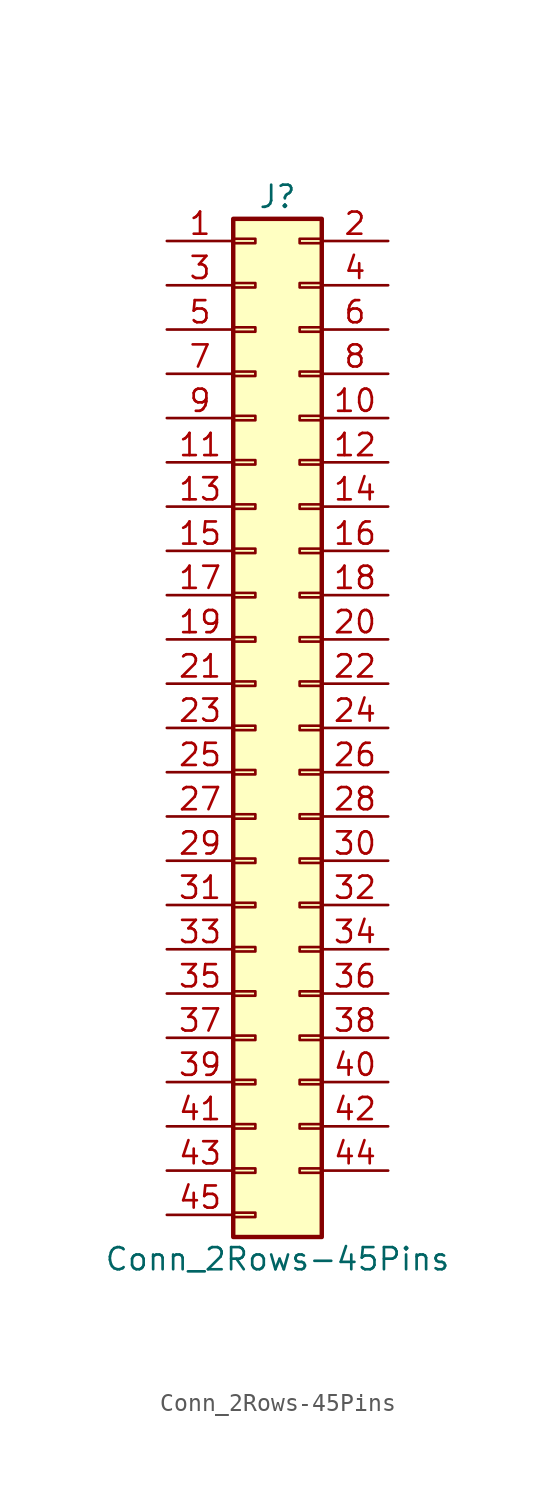
<source format=kicad_sym>
(kicad_symbol_lib
  (version 20220914)
  (generator kicad_symbol_editor)
  (symbol "Conn_2Rows-45Pins"
    (pin_names
      (offset 1.016) hide)
    (property "Reference" "J"
      (at 1.27 30.48 0)
      (effects (font (size 1.27 1.27))))
    (property "Value" "Conn_2Rows-45Pins"
      (at 1.27 -30.48 0)
      (effects (font (size 1.27 1.27))))
    (symbol "Conn_2Rows-45Pins_1_1"
      (rectangle (start -1.27 -27.813) (end 0 -28.067) (stroke (width 0.152) (type default)) (fill (type none)))
      (rectangle (start -1.27 -25.273) (end 0 -25.527) (stroke (width 0.152) (type default)) (fill (type none)))
      (rectangle (start -1.27 -22.733) (end 0 -22.987) (stroke (width 0.152) (type default)) (fill (type none)))
      (rectangle (start -1.27 -20.193) (end 0 -20.447) (stroke (width 0.152) (type default)) (fill (type none)))
      (rectangle (start -1.27 -17.653) (end 0 -17.907) (stroke (width 0.152) (type default)) (fill (type none)))
      (rectangle (start -1.27 -15.113) (end 0 -15.367) (stroke (width 0.152) (type default)) (fill (type none)))
      (rectangle (start -1.27 -12.573) (end 0 -12.827) (stroke (width 0.152) (type default)) (fill (type none)))
      (rectangle (start -1.27 -10.033) (end 0 -10.287) (stroke (width 0.152) (type default)) (fill (type none)))
      (rectangle (start -1.27 -7.493) (end 0 -7.747) (stroke (width 0.152) (type default)) (fill (type none)))
      (rectangle (start -1.27 -4.953) (end 0 -5.207) (stroke (width 0.152) (type default)) (fill (type none)))
      (rectangle (start -1.27 -2.413) (end 0 -2.667) (stroke (width 0.152) (type default)) (fill (type none)))
      (rectangle (start -1.27 0.127) (end 0 -0.127) (stroke (width 0.152) (type default)) (fill (type none)))
      (rectangle (start -1.27 2.667) (end 0 2.413) (stroke (width 0.152) (type default)) (fill (type none)))
      (rectangle (start -1.27 5.207) (end 0 4.953) (stroke (width 0.152) (type default)) (fill (type none)))
      (rectangle (start -1.27 7.747) (end 0 7.493) (stroke (width 0.152) (type default)) (fill (type none)))
      (rectangle (start -1.27 10.287) (end 0 10.033) (stroke (width 0.152) (type default)) (fill (type none)))
      (rectangle (start -1.27 12.827) (end 0 12.573) (stroke (width 0.152) (type default)) (fill (type none)))
      (rectangle (start -1.27 15.367) (end 0 15.113) (stroke (width 0.152) (type default)) (fill (type none)))
      (rectangle (start -1.27 17.907) (end 0 17.653) (stroke (width 0.152) (type default)) (fill (type none)))
      (rectangle (start -1.27 20.447) (end 0 20.193) (stroke (width 0.152) (type default)) (fill (type none)))
      (rectangle (start -1.27 22.987) (end 0 22.733) (stroke (width 0.152) (type default)) (fill (type none)))
      (rectangle (start -1.27 25.527) (end 0 25.273) (stroke (width 0.152) (type default)) (fill (type none)))
      (rectangle (start -1.27 28.067) (end 0 27.813) (stroke (width 0.152) (type default)) (fill (type none)))
      (rectangle (start -1.27 29.21) (end 3.81 -29.21) (stroke (width 0.254) (type default)) (fill (type background)))
      (rectangle (start 3.81 -25.273) (end 2.54 -25.527) (stroke (width 0.152) (type default)) (fill (type none)))
      (rectangle (start 3.81 -22.733) (end 2.54 -22.987) (stroke (width 0.152) (type default)) (fill (type none)))
      (rectangle (start 3.81 -20.193) (end 2.54 -20.447) (stroke (width 0.152) (type default)) (fill (type none)))
      (rectangle (start 3.81 -17.653) (end 2.54 -17.907) (stroke (width 0.152) (type default)) (fill (type none)))
      (rectangle (start 3.81 -15.113) (end 2.54 -15.367) (stroke (width 0.152) (type default)) (fill (type none)))
      (rectangle (start 3.81 -12.573) (end 2.54 -12.827) (stroke (width 0.152) (type default)) (fill (type none)))
      (rectangle (start 3.81 -10.033) (end 2.54 -10.287) (stroke (width 0.152) (type default)) (fill (type none)))
      (rectangle (start 3.81 -7.493) (end 2.54 -7.747) (stroke (width 0.152) (type default)) (fill (type none)))
      (rectangle (start 3.81 -4.953) (end 2.54 -5.207) (stroke (width 0.152) (type default)) (fill (type none)))
      (rectangle (start 3.81 -2.413) (end 2.54 -2.667) (stroke (width 0.152) (type default)) (fill (type none)))
      (rectangle (start 3.81 0.127) (end 2.54 -0.127) (stroke (width 0.152) (type default)) (fill (type none)))
      (rectangle (start 3.81 2.667) (end 2.54 2.413) (stroke (width 0.152) (type default)) (fill (type none)))
      (rectangle (start 3.81 5.207) (end 2.54 4.953) (stroke (width 0.152) (type default)) (fill (type none)))
      (rectangle (start 3.81 7.747) (end 2.54 7.493) (stroke (width 0.152) (type default)) (fill (type none)))
      (rectangle (start 3.81 10.287) (end 2.54 10.033) (stroke (width 0.152) (type default)) (fill (type none)))
      (rectangle (start 3.81 12.827) (end 2.54 12.573) (stroke (width 0.152) (type default)) (fill (type none)))
      (rectangle (start 3.81 15.367) (end 2.54 15.113) (stroke (width 0.152) (type default)) (fill (type none)))
      (rectangle (start 3.81 17.907) (end 2.54 17.653) (stroke (width 0.152) (type default)) (fill (type none)))
      (rectangle (start 3.81 20.447) (end 2.54 20.193) (stroke (width 0.152) (type default)) (fill (type none)))
      (rectangle (start 3.81 22.987) (end 2.54 22.733) (stroke (width 0.152) (type default)) (fill (type none)))
      (rectangle (start 3.81 25.527) (end 2.54 25.273) (stroke (width 0.152) (type default)) (fill (type none)))
      (rectangle (start 3.81 28.067) (end 2.54 27.813) (stroke (width 0.152) (type default)) (fill (type none)))
      (pin passive line (at -5.08 27.94 0) (length 3.81) (name "Pin_1" (effects (font (size 1.27 1.27)))) (number "1" (effects (font (size 1.27 1.27)))))
      (pin passive line (at 7.62 17.78 180) (length 3.81) (name "Pin_10" (effects (font (size 1.27 1.27)))) (number "10" (effects (font (size 1.27 1.27)))))
      (pin passive line (at -5.08 15.24 0) (length 3.81) (name "Pin_11" (effects (font (size 1.27 1.27)))) (number "11" (effects (font (size 1.27 1.27)))))
      (pin passive line (at 7.62 15.24 180) (length 3.81) (name "Pin_12" (effects (font (size 1.27 1.27)))) (number "12" (effects (font (size 1.27 1.27)))))
      (pin passive line (at -5.08 12.7 0) (length 3.81) (name "Pin_13" (effects (font (size 1.27 1.27)))) (number "13" (effects (font (size 1.27 1.27)))))
      (pin passive line (at 7.62 12.7 180) (length 3.81) (name "Pin_14" (effects (font (size 1.27 1.27)))) (number "14" (effects (font (size 1.27 1.27)))))
      (pin passive line (at -5.08 10.16 0) (length 3.81) (name "Pin_15" (effects (font (size 1.27 1.27)))) (number "15" (effects (font (size 1.27 1.27)))))
      (pin passive line (at 7.62 10.16 180) (length 3.81) (name "Pin_16" (effects (font (size 1.27 1.27)))) (number "16" (effects (font (size 1.27 1.27)))))
      (pin passive line (at -5.08 7.62 0) (length 3.81) (name "Pin_17" (effects (font (size 1.27 1.27)))) (number "17" (effects (font (size 1.27 1.27)))))
      (pin passive line (at 7.62 7.62 180) (length 3.81) (name "Pin_18" (effects (font (size 1.27 1.27)))) (number "18" (effects (font (size 1.27 1.27)))))
      (pin passive line (at -5.08 5.08 0) (length 3.81) (name "Pin_19" (effects (font (size 1.27 1.27)))) (number "19" (effects (font (size 1.27 1.27)))))
      (pin passive line (at 7.62 27.94 180) (length 3.81) (name "Pin_2" (effects (font (size 1.27 1.27)))) (number "2" (effects (font (size 1.27 1.27)))))
      (pin passive line (at 7.62 5.08 180) (length 3.81) (name "Pin_20" (effects (font (size 1.27 1.27)))) (number "20" (effects (font (size 1.27 1.27)))))
      (pin passive line (at -5.08 2.54 0) (length 3.81) (name "Pin_21" (effects (font (size 1.27 1.27)))) (number "21" (effects (font (size 1.27 1.27)))))
      (pin passive line (at 7.62 2.54 180) (length 3.81) (name "Pin_22" (effects (font (size 1.27 1.27)))) (number "22" (effects (font (size 1.27 1.27)))))
      (pin passive line (at -5.08 0 0) (length 3.81) (name "Pin_23" (effects (font (size 1.27 1.27)))) (number "23" (effects (font (size 1.27 1.27)))))
      (pin passive line (at 7.62 0 180) (length 3.81) (name "Pin_24" (effects (font (size 1.27 1.27)))) (number "24" (effects (font (size 1.27 1.27)))))
      (pin passive line (at -5.08 -2.54 0) (length 3.81) (name "Pin_25" (effects (font (size 1.27 1.27)))) (number "25" (effects (font (size 1.27 1.27)))))
      (pin passive line (at 7.62 -2.54 180) (length 3.81) (name "Pin_26" (effects (font (size 1.27 1.27)))) (number "26" (effects (font (size 1.27 1.27)))))
      (pin passive line (at -5.08 -5.08 0) (length 3.81) (name "Pin_27" (effects (font (size 1.27 1.27)))) (number "27" (effects (font (size 1.27 1.27)))))
      (pin passive line (at 7.62 -5.08 180) (length 3.81) (name "Pin_28" (effects (font (size 1.27 1.27)))) (number "28" (effects (font (size 1.27 1.27)))))
      (pin passive line (at -5.08 -7.62 0) (length 3.81) (name "Pin_29" (effects (font (size 1.27 1.27)))) (number "29" (effects (font (size 1.27 1.27)))))
      (pin passive line (at -5.08 25.4 0) (length 3.81) (name "Pin_3" (effects (font (size 1.27 1.27)))) (number "3" (effects (font (size 1.27 1.27)))))
      (pin passive line (at 7.62 -7.62 180) (length 3.81) (name "Pin_30" (effects (font (size 1.27 1.27)))) (number "30" (effects (font (size 1.27 1.27)))))
      (pin passive line (at -5.08 -10.16 0) (length 3.81) (name "Pin_31" (effects (font (size 1.27 1.27)))) (number "31" (effects (font (size 1.27 1.27)))))
      (pin passive line (at 7.62 -10.16 180) (length 3.81) (name "Pin_32" (effects (font (size 1.27 1.27)))) (number "32" (effects (font (size 1.27 1.27)))))
      (pin passive line (at -5.08 -12.7 0) (length 3.81) (name "Pin_33" (effects (font (size 1.27 1.27)))) (number "33" (effects (font (size 1.27 1.27)))))
      (pin passive line (at 7.62 -12.7 180) (length 3.81) (name "Pin_34" (effects (font (size 1.27 1.27)))) (number "34" (effects (font (size 1.27 1.27)))))
      (pin passive line (at -5.08 -15.24 0) (length 3.81) (name "Pin_35" (effects (font (size 1.27 1.27)))) (number "35" (effects (font (size 1.27 1.27)))))
      (pin passive line (at 7.62 -15.24 180) (length 3.81) (name "Pin_36" (effects (font (size 1.27 1.27)))) (number "36" (effects (font (size 1.27 1.27)))))
      (pin passive line (at -5.08 -17.78 0) (length 3.81) (name "Pin_37" (effects (font (size 1.27 1.27)))) (number "37" (effects (font (size 1.27 1.27)))))
      (pin passive line (at 7.62 -17.78 180) (length 3.81) (name "Pin_38" (effects (font (size 1.27 1.27)))) (number "38" (effects (font (size 1.27 1.27)))))
      (pin passive line (at -5.08 -20.32 0) (length 3.81) (name "Pin_39" (effects (font (size 1.27 1.27)))) (number "39" (effects (font (size 1.27 1.27)))))
      (pin passive line (at 7.62 25.4 180) (length 3.81) (name "Pin_4" (effects (font (size 1.27 1.27)))) (number "4" (effects (font (size 1.27 1.27)))))
      (pin passive line (at 7.62 -20.32 180) (length 3.81) (name "Pin_40" (effects (font (size 1.27 1.27)))) (number "40" (effects (font (size 1.27 1.27)))))
      (pin passive line (at -5.08 -22.86 0) (length 3.81) (name "Pin_41" (effects (font (size 1.27 1.27)))) (number "41" (effects (font (size 1.27 1.27)))))
      (pin passive line (at 7.62 -22.86 180) (length 3.81) (name "Pin_42" (effects (font (size 1.27 1.27)))) (number "42" (effects (font (size 1.27 1.27)))))
      (pin passive line (at -5.08 -25.4 0) (length 3.81) (name "Pin_43" (effects (font (size 1.27 1.27)))) (number "43" (effects (font (size 1.27 1.27)))))
      (pin passive line (at 7.62 -25.4 180) (length 3.81) (name "Pin_44" (effects (font (size 1.27 1.27)))) (number "44" (effects (font (size 1.27 1.27)))))
      (pin passive line (at -5.08 -27.94 0) (length 3.81) (name "Pin_45" (effects (font (size 1.27 1.27)))) (number "45" (effects (font (size 1.27 1.27)))))
      (pin passive line (at -5.08 22.86 0) (length 3.81) (name "Pin_5" (effects (font (size 1.27 1.27)))) (number "5" (effects (font (size 1.27 1.27)))))
      (pin passive line (at 7.62 22.86 180) (length 3.81) (name "Pin_6" (effects (font (size 1.27 1.27)))) (number "6" (effects (font (size 1.27 1.27)))))
      (pin passive line (at -5.08 20.32 0) (length 3.81) (name "Pin_7" (effects (font (size 1.27 1.27)))) (number "7" (effects (font (size 1.27 1.27)))))
      (pin passive line (at 7.62 20.32 180) (length 3.81) (name "Pin_8" (effects (font (size 1.27 1.27)))) (number "8" (effects (font (size 1.27 1.27)))))
      (pin passive line (at -5.08 17.78 0) (length 3.81) (name "Pin_9" (effects (font (size 1.27 1.27)))) (number "9" (effects (font (size 1.27 1.27))))))))
</source>
